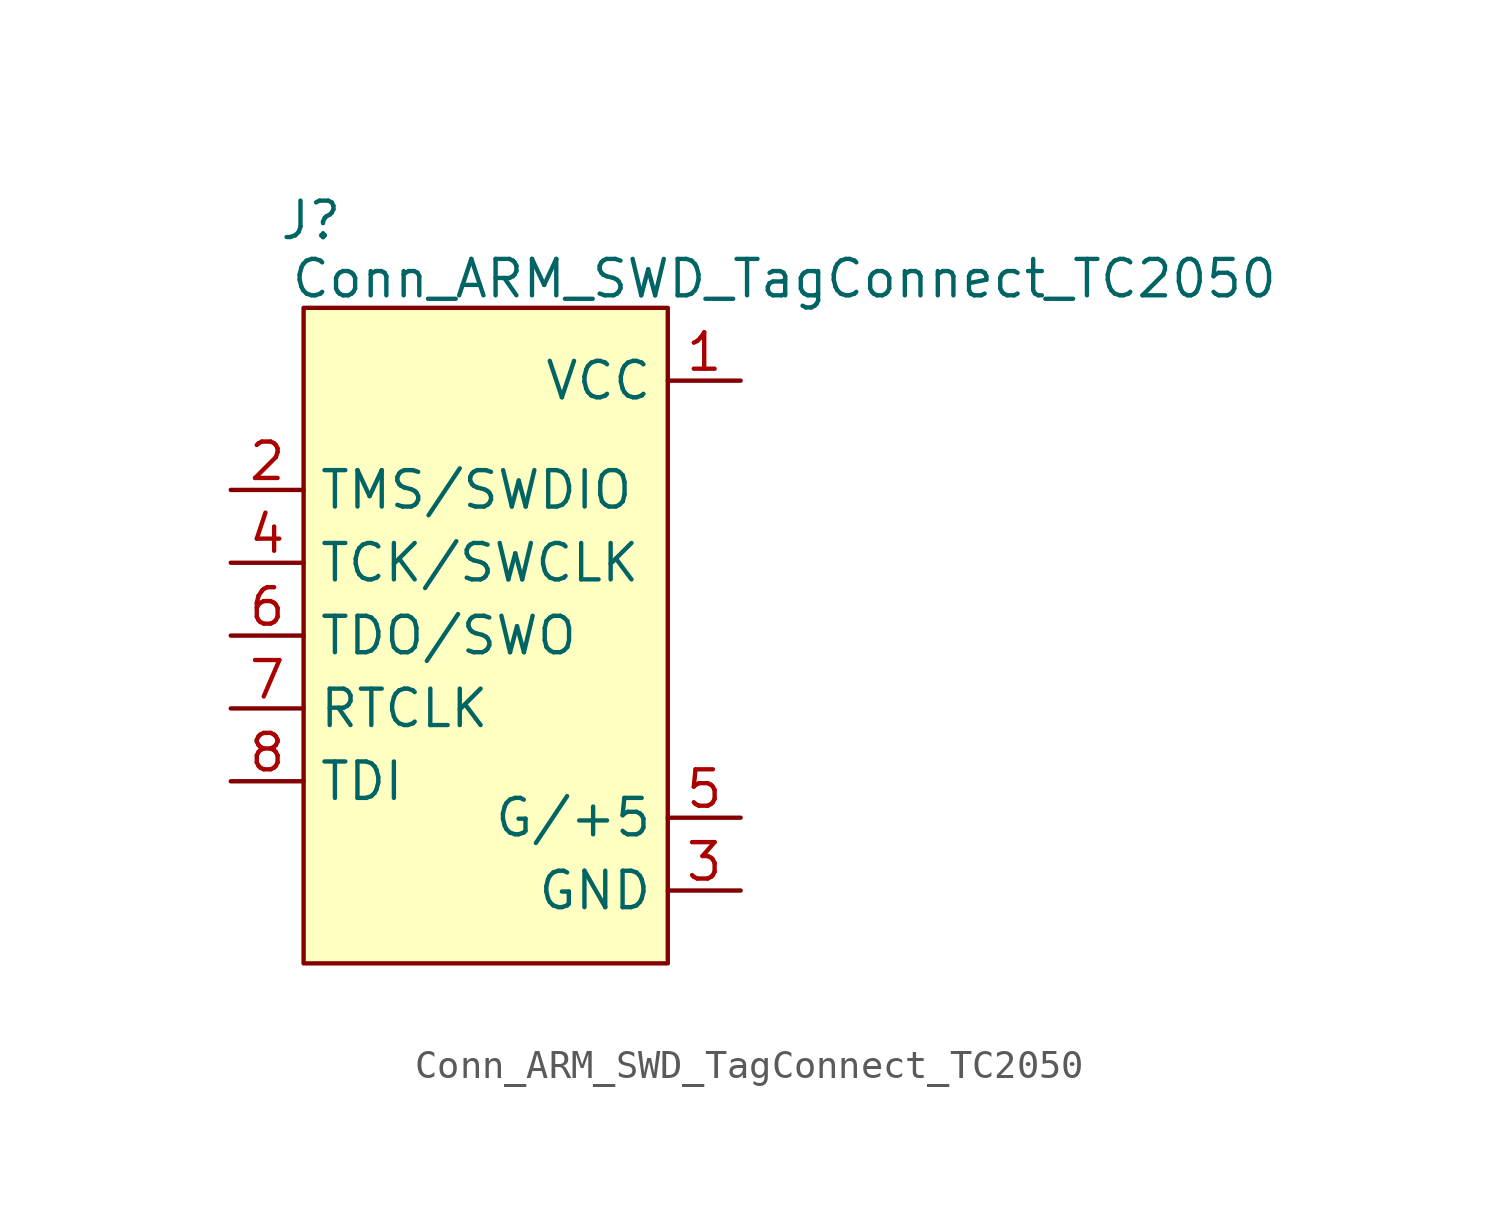
<source format=kicad_sym>
(kicad_symbol_lib
  (version 20231120)
  (generator "kicad_symbol_editor")
  (generator_version "8.0")
  (symbol "Conn_ARM_SWD_TagConnect_TC2050"
    (property "Reference" "J"
      (at -6.096 11.938 0)
      (effects (font (size 1.27 1.27))))
    (property "Value" "Conn_ARM_SWD_TagConnect_TC2050"
      (at 10.414 9.906 0)
      (effects (font (size 1.27 1.27))))
    (symbol "Conn_ARM_SWD_TagConnect_TC2050_0_1"
      (rectangle (start -6.35 8.89) (end 6.35 -13.97) (stroke (width 0) (type default)) (fill (type background))))
    (symbol "Conn_ARM_SWD_TagConnect_TC2050_1_0"
      (pin power_in line (at 8.89 6.35 180) (length 2.54) (name "VCC" (effects (font (size 1.27 1.27)))) (number "1" (effects (font (size 1.27 1.27)))))
      (pin passive line (at -8.89 2.54 0) (length 2.54) (name "TMS/SWDIO" (effects (font (size 1.27 1.27)))) (number "2" (effects (font (size 1.27 1.27)))) (alternate "TMS" bidirectional line))
      (pin power_in line (at 8.89 -11.43 180) (length 2.54) (name "GND" (effects (font (size 1.27 1.27)))) (number "3" (effects (font (size 1.27 1.27)))))
      (pin passive line (at -8.89 0 0) (length 2.54) (name "TCK/SWCLK" (effects (font (size 1.27 1.27)))) (number "4" (effects (font (size 1.27 1.27)))) (alternate "TCK" output line))
      (pin passive line (at 8.89 -8.89 180) (length 2.54) (name "G/+5" (effects (font (size 1.27 1.27)))) (number "5" (effects (font (size 1.27 1.27)))))
      (pin passive line (at -8.89 -2.54 0) (length 2.54) (name "TDO/SWO" (effects (font (size 1.27 1.27)))) (number "6" (effects (font (size 1.27 1.27)))) (alternate "TDO" input line))
      (pin passive line (at -8.89 -5.08 0) (length 2.54) (name "RTCLK" (effects (font (size 1.27 1.27)))) (number "7" (effects (font (size 1.27 1.27)))))
      (pin passive line (at -8.89 -7.62 0) (length 2.54) (name "TDI" (effects (font (size 1.27 1.27)))) (number "8" (effects (font (size 1.27 1.27))))))))
</source>
